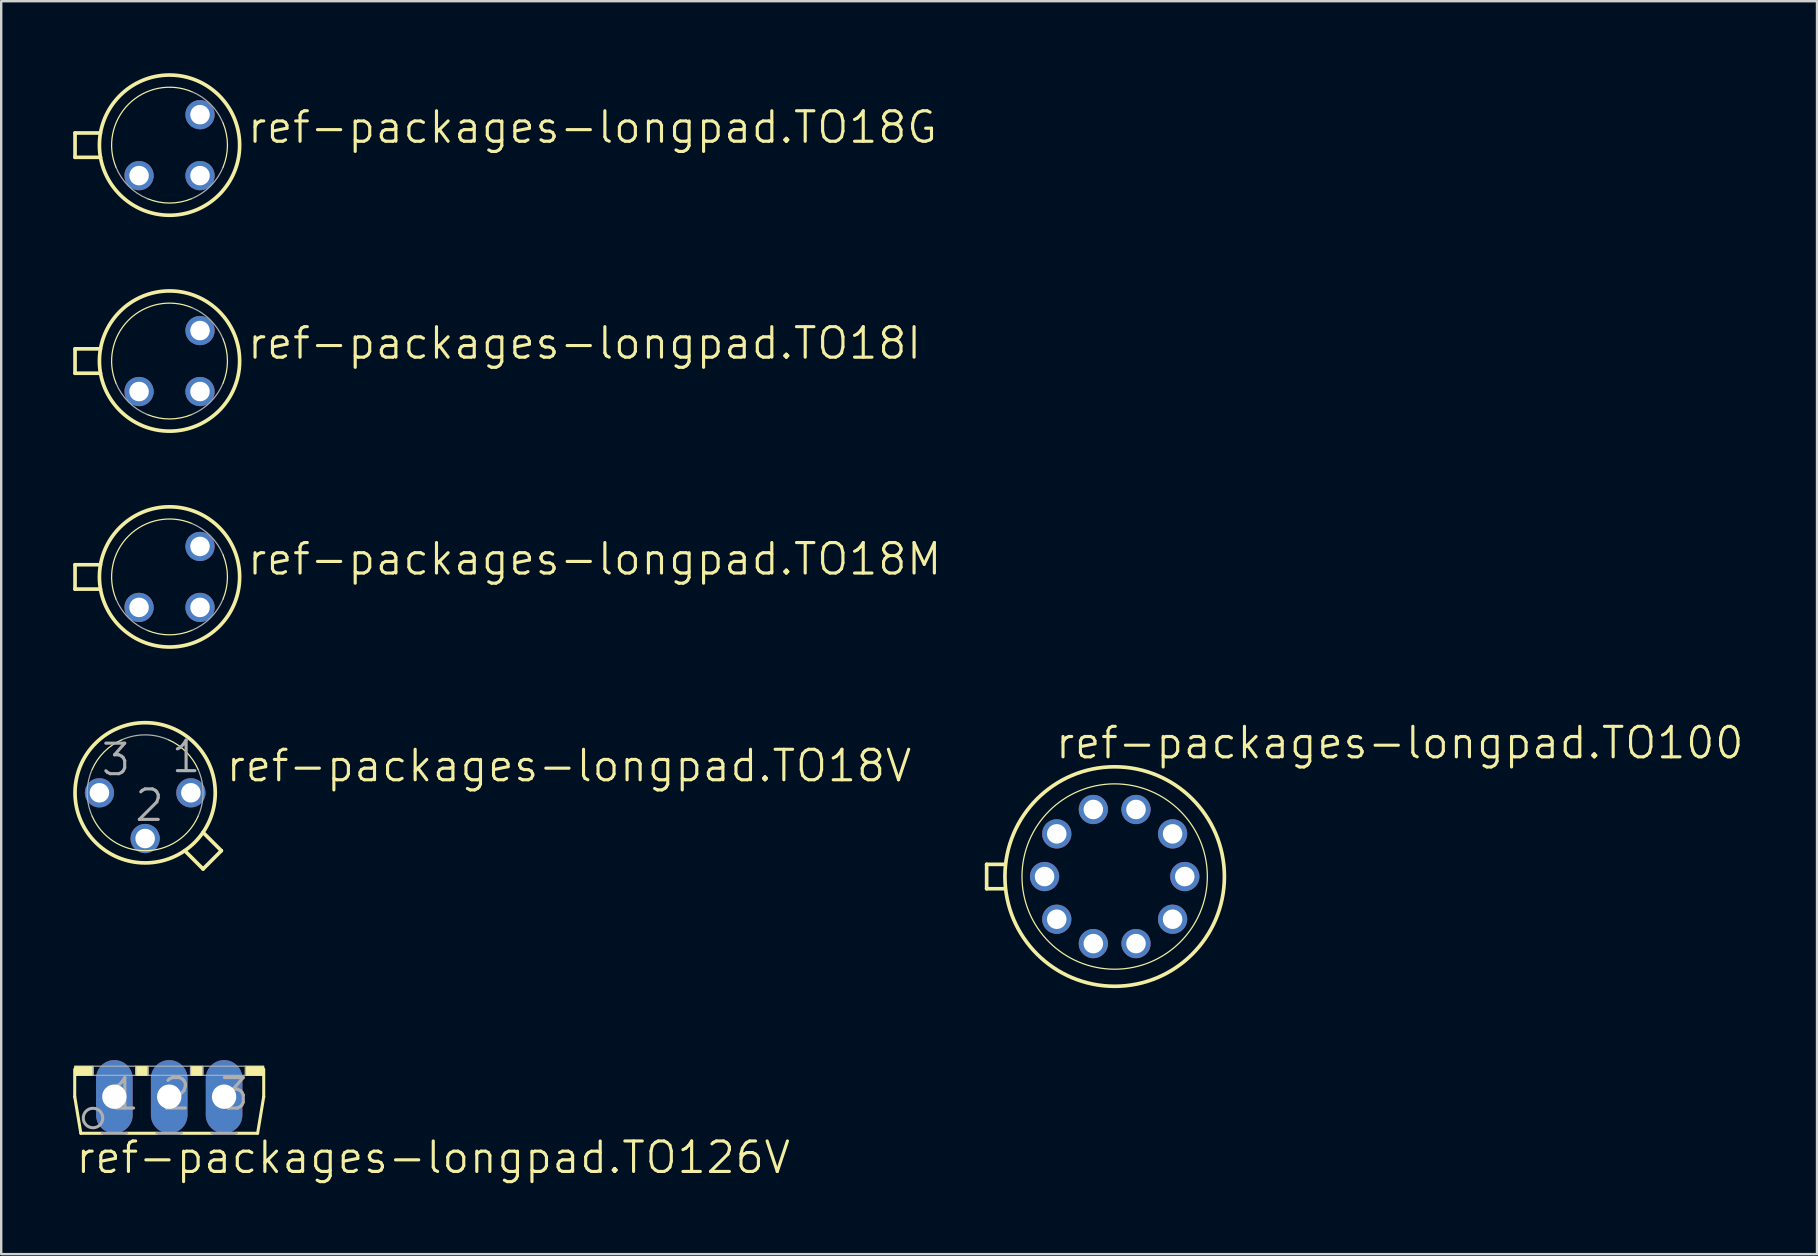
<source format=kicad_pcb>
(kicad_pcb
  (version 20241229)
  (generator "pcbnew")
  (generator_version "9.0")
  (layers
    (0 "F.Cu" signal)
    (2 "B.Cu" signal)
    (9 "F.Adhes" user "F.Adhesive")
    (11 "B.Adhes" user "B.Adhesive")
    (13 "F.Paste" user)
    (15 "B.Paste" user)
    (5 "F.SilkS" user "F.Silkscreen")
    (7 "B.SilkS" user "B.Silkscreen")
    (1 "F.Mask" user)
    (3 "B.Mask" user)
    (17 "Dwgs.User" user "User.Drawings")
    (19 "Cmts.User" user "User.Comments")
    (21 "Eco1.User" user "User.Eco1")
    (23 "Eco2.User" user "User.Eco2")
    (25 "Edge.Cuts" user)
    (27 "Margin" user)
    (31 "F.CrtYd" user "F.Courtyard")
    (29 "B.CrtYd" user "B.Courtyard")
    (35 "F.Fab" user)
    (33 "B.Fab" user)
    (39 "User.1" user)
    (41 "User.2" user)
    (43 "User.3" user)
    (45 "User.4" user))
  (footprint "ref-packages-longpad.TO18G"
    (layer "F.Cu")
    (at 4.013 2.997)
    (property "Reference" "ref-packages-longpad.TO18G" (at 3.175 0 0) (layer "F.SilkS") (effects (font (size 1.27 1.27) (thickness 0.13)) (justify left bottom)))
    (attr through_hole)
    (fp_line (start -3.937 -0.508) (end -2.877 -0.508) (stroke (width 0.152) (type default)) (layer "F.SilkS"))
    (fp_line (start -3.937 0.508) (end -3.937 -0.508) (stroke (width 0.152) (type default)) (layer "F.SilkS"))
    (fp_line (start -3.937 0.508) (end -2.877 0.508) (stroke (width 0.152) (type default)) (layer "F.SilkS"))
    (fp_arc (start -2.227 0.9289) (mid -1.706187 -1.706287) (end 0.929 -2.2271) (stroke (width 0.0508) (type default)) (layer "F.SilkS"))
    (fp_arc (start 0.9289 2.227) (mid 0 2.412962) (end -0.9289 2.227) (stroke (width 0.0508) (type default)) (layer "F.SilkS"))
    (fp_arc (start 2.227 -0.9289) (mid 2.412962 0) (end 2.227 0.9289) (stroke (width 0.0508) (type default)) (layer "F.SilkS"))
    (fp_circle (center 0 0) (end 2.921 0) (stroke (width 0.152) (type default)) (fill no) (layer "F.SilkS"))
    (fp_arc (start -0.9289 2.227) (mid -1.706222 1.706222) (end -2.227 0.9289) (stroke (width 0.0508) (type default)) (layer "F.Fab"))
    (fp_arc (start 0.9289 -2.227) (mid 1.706222 -1.706222) (end 2.227 -0.9289) (stroke (width 0.0508) (type default)) (layer "F.Fab"))
    (fp_arc (start 2.227 0.9289) (mid 1.706222 1.706222) (end 0.9289 2.227) (stroke (width 0.0508) (type default)) (layer "F.Fab"))
    (pad "D" thru_hole circle (at -1.27 1.27) (size 1.219 1.219) (drill 0.813) (layers "*.Cu" "*.Mask"))
    (pad "G" thru_hole circle (at 1.27 -1.27) (size 1.219 1.219) (drill 0.813) (layers "*.Cu" "*.Mask"))
    (pad "S" thru_hole circle (at 1.27 1.27) (size 1.219 1.219) (drill 0.813) (layers "*.Cu" "*.Mask")))
  (footprint "ref-packages-longpad.TO18M"
    (layer "F.Cu")
    (at 4.013 20.986)
    (property "Reference" "ref-packages-longpad.TO18M" (at 3.175 0 0) (layer "F.SilkS") (effects (font (size 1.27 1.27) (thickness 0.13)) (justify left bottom)))
    (attr through_hole)
    (fp_line (start -3.937 -0.508) (end -2.877 -0.508) (stroke (width 0.152) (type default)) (layer "F.SilkS"))
    (fp_line (start -3.937 0.508) (end -3.937 -0.508) (stroke (width 0.152) (type default)) (layer "F.SilkS"))
    (fp_line (start -3.937 0.508) (end -2.877 0.508) (stroke (width 0.152) (type default)) (layer "F.SilkS"))
    (fp_arc (start -2.227 0.9289) (mid -1.706187 -1.706287) (end 0.929 -2.2271) (stroke (width 0.0508) (type default)) (layer "F.SilkS"))
    (fp_arc (start 0.9289 2.227) (mid 0 2.412962) (end -0.9289 2.227) (stroke (width 0.0508) (type default)) (layer "F.SilkS"))
    (fp_arc (start 2.227 -0.9289) (mid 2.412962 0) (end 2.227 0.9289) (stroke (width 0.0508) (type default)) (layer "F.SilkS"))
    (fp_circle (center 0 0) (end 2.921 0) (stroke (width 0.152) (type default)) (fill no) (layer "F.SilkS"))
    (fp_arc (start -0.9289 2.227) (mid -1.706222 1.706222) (end -2.227 0.9289) (stroke (width 0.0508) (type default)) (layer "F.Fab"))
    (fp_arc (start 0.9289 -2.227) (mid 1.706222 -1.706222) (end 2.227 -0.9289) (stroke (width 0.0508) (type default)) (layer "F.Fab"))
    (fp_arc (start 2.227 0.9289) (mid 1.706222 1.706222) (end 0.9289 2.227) (stroke (width 0.0508) (type default)) (layer "F.Fab"))
    (pad "A" thru_hole circle (at -1.27 1.27) (size 1.219 1.219) (drill 0.813) (layers "*.Cu" "*.Mask"))
    (pad "C" thru_hole circle (at 1.27 1.27) (size 1.219 1.219) (drill 0.813) (layers "*.Cu" "*.Mask"))
    (pad "G" thru_hole circle (at 1.27 -1.27) (size 1.219 1.219) (drill 0.813) (layers "*.Cu" "*.Mask")))
  (footprint "ref-packages-longpad.TO100"
    (layer "F.Cu")
    (at 43.39 33.469)
    (property "Reference" "ref-packages-longpad.TO100" (at -2.54 -4.826 0) (layer "F.SilkS") (effects (font (size 1.27 1.27) (thickness 0.13)) (justify left bottom)))
    (attr through_hole)
    (fp_line (start -5.334 0.508) (end -5.334 -0.508) (stroke (width 0.152) (type default)) (layer "F.SilkS"))
    (fp_line (start -5.334 0.508) (end -4.572 0.508) (stroke (width 0.152) (type default)) (layer "F.SilkS"))
    (fp_line (start -4.572 -0.508) (end -5.334 -0.508) (stroke (width 0.152) (type default)) (layer "F.SilkS"))
    (fp_circle (center 0 0) (end 3.861 0) (stroke (width 0.051) (type default)) (fill no) (layer "F.SilkS"))
    (fp_circle (center 0 0) (end 4.572 0) (stroke (width 0.152) (type default)) (fill no) (layer "F.SilkS"))
    (pad "1" thru_hole circle (at -2.413 1.778) (size 1.219 1.219) (drill 0.813) (layers "*.Cu" "*.Mask"))
    (pad "2" thru_hole circle (at -0.889 2.794) (size 1.219 1.219) (drill 0.813) (layers "*.Cu" "*.Mask"))
    (pad "3" thru_hole circle (at 0.889 2.794) (size 1.219 1.219) (drill 0.813) (layers "*.Cu" "*.Mask"))
    (pad "4" thru_hole circle (at 2.413 1.778) (size 1.219 1.219) (drill 0.813) (layers "*.Cu" "*.Mask"))
    (pad "5" thru_hole circle (at 2.921 0) (size 1.219 1.219) (drill 0.813) (layers "*.Cu" "*.Mask"))
    (pad "6" thru_hole circle (at 2.413 -1.778) (size 1.219 1.219) (drill 0.813) (layers "*.Cu" "*.Mask"))
    (pad "7" thru_hole circle (at 0.889 -2.794) (size 1.219 1.219) (drill 0.813) (layers "*.Cu" "*.Mask"))
    (pad "8" thru_hole circle (at -0.889 -2.794) (size 1.219 1.219) (drill 0.813) (layers "*.Cu" "*.Mask"))
    (pad "9" thru_hole circle (at -2.413 -1.778) (size 1.219 1.219) (drill 0.813) (layers "*.Cu" "*.Mask"))
    (pad "10" thru_hole circle (at -2.921 0) (size 1.219 1.219) (drill 0.813) (layers "*.Cu" "*.Mask")))
  (footprint "ref-packages-longpad.TO18V"
    (layer "F.Cu")
    (at 2.997 29.98)
    (property "Reference" "ref-packages-longpad.TO18V" (at 3.302 -0.381 0) (layer "F.SilkS") (effects (font (size 1.27 1.27) (thickness 0.13)) (justify left bottom)))
    (attr through_hole)
    (fp_line (start 1.649 2.411) (end 2.413 3.175) (stroke (width 0.152) (type default)) (layer "F.SilkS"))
    (fp_line (start 2.411 1.649) (end 3.175 2.413) (stroke (width 0.152) (type default)) (layer "F.SilkS"))
    (fp_line (start 2.413 3.175) (end 3.175 2.413) (stroke (width 0.152) (type default)) (layer "F.SilkS"))
    (fp_arc (start -2.2098 -0.9693) (mid -1.706276 -1.706276) (end -0.9693 -2.2098) (stroke (width 0.0508) (type default)) (layer "F.SilkS"))
    (fp_arc (start 0.9693 -2.2098) (mid 1.706276 -1.706276) (end 2.2098 -0.9693) (stroke (width 0.0508) (type default)) (layer "F.SilkS"))
    (fp_arc (start 2.2098 0.9693) (mid 0 2.413039) (end -2.2098 0.9693) (stroke (width 0.0508) (type default)) (layer "F.SilkS"))
    (fp_circle (center 0 0) (end 2.921 0) (stroke (width 0.152) (type default)) (fill no) (layer "F.SilkS"))
    (fp_arc (start -2.2098 0.9693) (mid -2.413039 0) (end -2.2098 -0.9693) (stroke (width 0.0508) (type default)) (layer "F.Fab"))
    (fp_arc (start -0.9693 -2.2098) (mid 0 -2.413039) (end 0.9693 -2.2098) (stroke (width 0.0508) (type default)) (layer "F.Fab"))
    (fp_arc (start 2.2098 -0.9693) (mid 2.413039 0) (end 2.2098 0.9693) (stroke (width 0.0508) (type default)) (layer "F.Fab"))
    (fp_text user "1" (at 1.016 -0.762 0) (layer "F.Fab") (effects (font (size 1.27 1.27) (thickness 0.13)) (justify left bottom)))
    (fp_text user "2" (at -0.508 1.27 0) (layer "F.Fab") (effects (font (size 1.27 1.27) (thickness 0.13)) (justify left bottom)))
    (fp_text user "3" (at -1.905 -0.635 0) (layer "F.Fab") (effects (font (size 1.27 1.27) (thickness 0.13)) (justify left bottom)))
    (pad "1" thru_hole circle (at 1.905 0) (size 1.219 1.219) (drill 0.813) (layers "*.Cu" "*.Mask"))
    (pad "2" thru_hole circle (at 0 1.905) (size 1.219 1.219) (drill 0.813) (layers "*.Cu" "*.Mask"))
    (pad "3" thru_hole circle (at -1.905 0) (size 1.219 1.219) (drill 0.813) (layers "*.Cu" "*.Mask")))
  (footprint "ref-packages-longpad.TO126V"
    (layer "F.Cu")
    (at 4 41.371)
    (property "Reference" "ref-packages-longpad.TO126V" (at -3.962 4.547 0) (layer "F.SilkS") (effects (font (size 1.27 1.27) (thickness 0.13)) (justify left bottom)))
    (attr through_hole)
    (fp_line (start -3.937 0.127) (end -3.937 1.27) (stroke (width 0.127) (type default)) (layer "F.SilkS"))
    (fp_line (start -3.937 1.27) (end -3.683 2.794) (stroke (width 0.127) (type default)) (layer "F.SilkS"))
    (fp_line (start -3.683 2.794) (end -2.794 2.794) (stroke (width 0.127) (type default)) (layer "F.SilkS"))
    (fp_line (start -1.778 2.794) (end -0.508 2.794) (stroke (width 0.127) (type default)) (layer "F.SilkS"))
    (fp_line (start 0.508 2.794) (end 1.778 2.794) (stroke (width 0.127) (type default)) (layer "F.SilkS"))
    (fp_line (start 2.794 2.794) (end 3.683 2.794) (stroke (width 0.127) (type default)) (layer "F.SilkS"))
    (fp_line (start 3.683 2.794) (end 3.937 1.27) (stroke (width 0.127) (type default)) (layer "F.SilkS"))
    (fp_line (start 3.937 1.27) (end 3.937 0.127) (stroke (width 0.127) (type default)) (layer "F.SilkS"))
    (fp_rect (start -3.937 0.381) (end -3.175 0) (stroke (width 0.05) (type default)) (fill yes) (layer "F.SilkS"))
    (fp_rect (start -1.397 0.381) (end -0.889 0) (stroke (width 0.05) (type default)) (fill yes) (layer "F.SilkS"))
    (fp_rect (start 0.889 0.381) (end 1.397 0) (stroke (width 0.05) (type default)) (fill yes) (layer "F.SilkS"))
    (fp_rect (start 3.175 0.381) (end 3.937 0) (stroke (width 0.05) (type default)) (fill yes) (layer "F.SilkS"))
    (fp_line (start -2.794 2.794) (end -1.778 2.794) (stroke (width 0.127) (type default)) (layer "F.Fab"))
    (fp_line (start -0.508 2.794) (end 0.508 2.794) (stroke (width 0.127) (type default)) (layer "F.Fab"))
    (fp_line (start 1.778 2.794) (end 2.794 2.794) (stroke (width 0.127) (type default)) (layer "F.Fab"))
    (fp_rect (start -3.175 0.381) (end -1.397 0) (stroke (width 0.05) (type default)) (fill no) (layer "F.Fab"))
    (fp_rect (start -0.889 0.381) (end 0.889 0) (stroke (width 0.05) (type default)) (fill no) (layer "F.Fab"))
    (fp_rect (start 1.397 0.381) (end 3.175 0) (stroke (width 0.05) (type default)) (fill no) (layer "F.Fab"))
    (fp_circle (center -3.175 2.159) (end -2.769 2.159) (stroke (width 0.127) (type default)) (fill no) (layer "F.Fab"))
    (fp_text user "3" (at 2.032 1.905 0) (layer "F.Fab") (effects (font (size 1.27 1.27) (thickness 0.13)) (justify left bottom)))
    (fp_text user "2" (at -0.381 1.905 0) (layer "F.Fab") (effects (font (size 1.27 1.27) (thickness 0.13)) (justify left bottom)))
    (fp_text user "1" (at -2.54 1.905 0) (layer "F.Fab") (effects (font (size 1.27 1.27) (thickness 0.13)) (justify left bottom)))
    (pad "1" thru_hole oval (at -2.286 1.27 90) (size 3.048 1.524) (drill 1.016) (layers "*.Cu" "*.Mask"))
    (pad "2" thru_hole oval (at 0 1.27 90) (size 3.048 1.524) (drill 1.016) (layers "*.Cu" "*.Mask"))
    (pad "3" thru_hole oval (at 2.286 1.27 90) (size 3.048 1.524) (drill 1.016) (layers "*.Cu" "*.Mask")))
  (footprint "ref-packages-longpad.TO18I"
    (layer "F.Cu")
    (at 4.013 11.992)
    (property "Reference" "ref-packages-longpad.TO18I" (at 3.175 0 0) (layer "F.SilkS") (effects (font (size 1.27 1.27) (thickness 0.13)) (justify left bottom)))
    (attr through_hole)
    (fp_line (start -3.937 -0.508) (end -2.877 -0.508) (stroke (width 0.152) (type default)) (layer "F.SilkS"))
    (fp_line (start -3.937 0.508) (end -3.937 -0.508) (stroke (width 0.152) (type default)) (layer "F.SilkS"))
    (fp_line (start -3.937 0.508) (end -2.877 0.508) (stroke (width 0.152) (type default)) (layer "F.SilkS"))
    (fp_arc (start -2.227 0.9289) (mid -1.706187 -1.706287) (end 0.929 -2.2271) (stroke (width 0.0508) (type default)) (layer "F.SilkS"))
    (fp_arc (start 0.9289 2.227) (mid 0 2.412962) (end -0.9289 2.227) (stroke (width 0.0508) (type default)) (layer "F.SilkS"))
    (fp_arc (start 2.227 -0.9289) (mid 2.412962 0) (end 2.227 0.9289) (stroke (width 0.0508) (type default)) (layer "F.SilkS"))
    (fp_circle (center 0 0) (end 2.921 0) (stroke (width 0.152) (type default)) (fill no) (layer "F.SilkS"))
    (fp_arc (start -0.9289 2.227) (mid -1.706222 1.706222) (end -2.227 0.9289) (stroke (width 0.0508) (type default)) (layer "F.Fab"))
    (fp_arc (start 0.9289 -2.227) (mid 1.706222 -1.706222) (end 2.227 -0.9289) (stroke (width 0.0508) (type default)) (layer "F.Fab"))
    (fp_arc (start 2.227 0.9289) (mid 1.706222 1.706222) (end 0.9289 2.227) (stroke (width 0.0508) (type default)) (layer "F.Fab"))
    (pad "A" thru_hole circle (at 1.27 -1.27) (size 1.219 1.219) (drill 0.813) (layers "*.Cu" "*.Mask"))
    (pad "C" thru_hole circle (at -1.27 1.27) (size 1.219 1.219) (drill 0.813) (layers "*.Cu" "*.Mask"))
    (pad "G" thru_hole circle (at 1.27 1.27) (size 1.219 1.219) (drill 0.813) (layers "*.Cu" "*.Mask")))
  (gr_rect
    (start -3 -3)
    (end 72.652 49.2)
    (stroke (width 0.1) (type default))
    (fill no)
    (layer "Edge.Cuts")))
</source>
